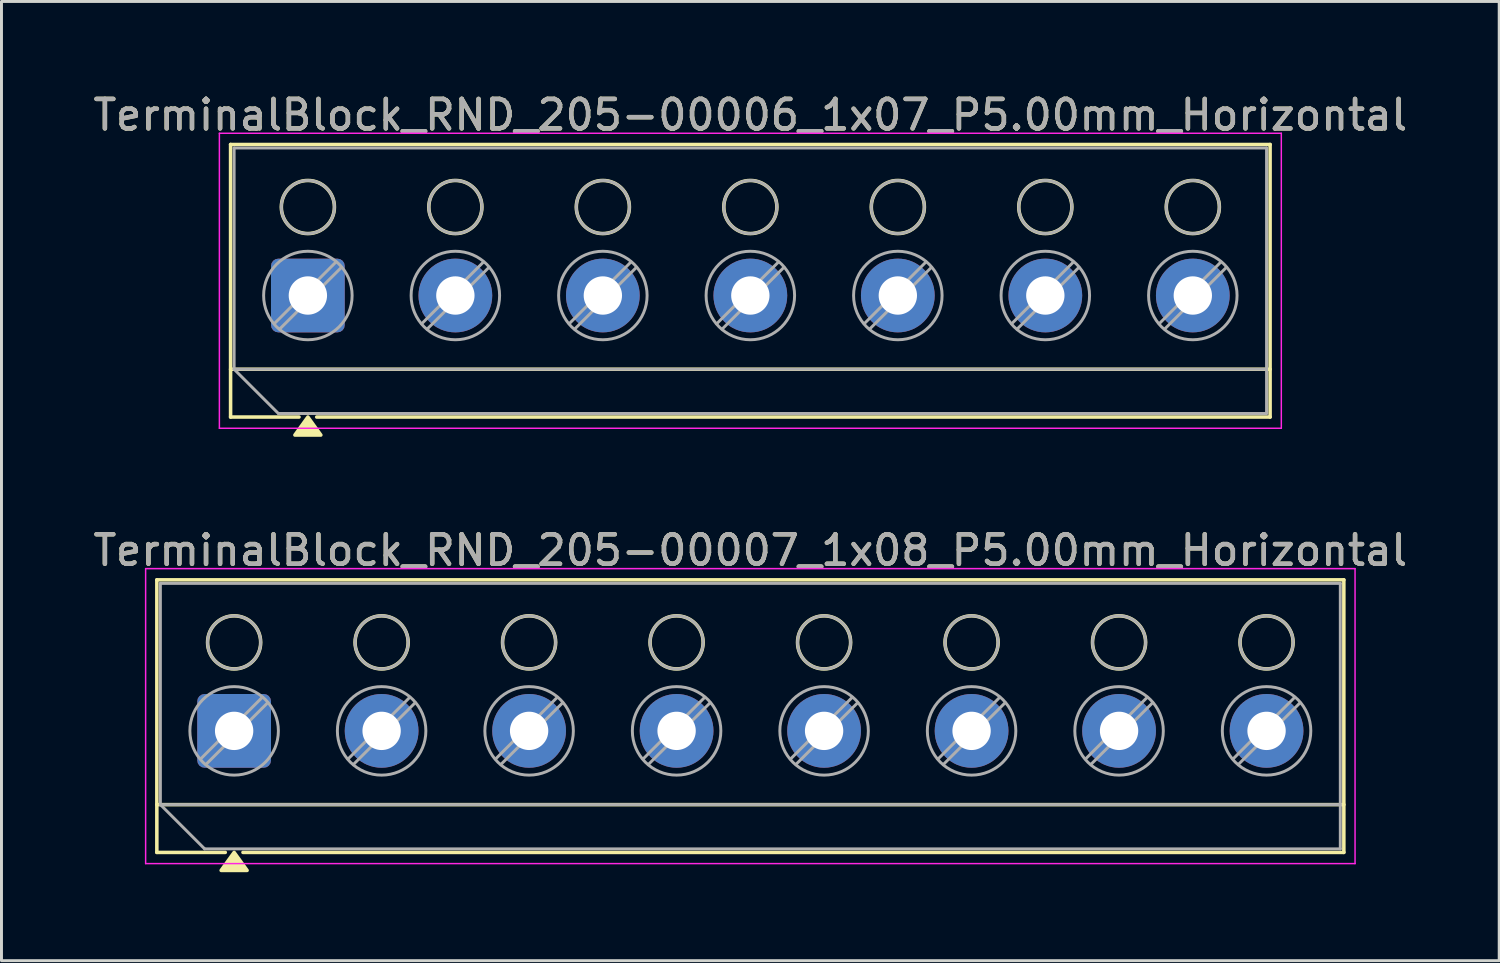
<source format=kicad_pcb>
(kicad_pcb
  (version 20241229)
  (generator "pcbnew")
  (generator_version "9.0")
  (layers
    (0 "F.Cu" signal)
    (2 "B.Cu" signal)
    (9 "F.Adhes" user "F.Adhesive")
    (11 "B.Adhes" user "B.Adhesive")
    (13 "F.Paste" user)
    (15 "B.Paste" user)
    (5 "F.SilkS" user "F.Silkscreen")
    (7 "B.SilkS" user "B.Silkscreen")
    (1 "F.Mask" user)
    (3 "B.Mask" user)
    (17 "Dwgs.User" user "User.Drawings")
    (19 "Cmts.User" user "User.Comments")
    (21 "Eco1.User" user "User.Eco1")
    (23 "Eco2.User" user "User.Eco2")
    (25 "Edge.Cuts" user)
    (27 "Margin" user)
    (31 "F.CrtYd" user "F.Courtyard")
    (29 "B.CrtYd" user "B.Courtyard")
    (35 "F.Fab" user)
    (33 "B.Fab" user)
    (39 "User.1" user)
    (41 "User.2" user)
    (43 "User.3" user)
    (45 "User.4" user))
  (footprint "TerminalBlock_RND_205-00007_1x08_P5.00mm_Horizontal"
    (layer "F.Cu")
    (at 4.887 21.727)
    (property "Reference" "TerminalBlock_RND_205-00007_1x08_P5.00mm_Horizontal" (at 17.5 -6.12 0) (layer "F.SilkS") (effects (font (size 1 1) (thickness 0.15))))
    (attr through_hole)
    (fp_line (start -2.62 -5.12) (end -2.62 4.12) (stroke (width 0.12) (type solid)) (layer "F.SilkS"))
    (fp_line (start -2.62 -5.12) (end 37.62 -5.12) (stroke (width 0.12) (type solid)) (layer "F.SilkS"))
    (fp_line (start -2.62 2.5) (end 37.62 2.5) (stroke (width 0.12) (type solid)) (layer "F.SilkS"))
    (fp_line (start -2.62 4.12) (end -0.3 4.12) (stroke (width 0.12) (type solid)) (layer "F.SilkS"))
    (fp_line (start 0.3 4.12) (end 37.62 4.12) (stroke (width 0.12) (type solid)) (layer "F.SilkS"))
    (fp_line (start 37.62 -5.12) (end 37.62 4.12) (stroke (width 0.12) (type solid)) (layer "F.SilkS"))
    (fp_circle (center 0 -3) (end 0.9 -3) (stroke (width 0.12) (type solid)) (fill no) (layer "F.SilkS"))
    (fp_circle (center 5 -3) (end 5.9 -3) (stroke (width 0.12) (type solid)) (fill no) (layer "F.SilkS"))
    (fp_circle (center 10 -3) (end 10.9 -3) (stroke (width 0.12) (type solid)) (fill no) (layer "F.SilkS"))
    (fp_circle (center 15 -3) (end 15.9 -3) (stroke (width 0.12) (type solid)) (fill no) (layer "F.SilkS"))
    (fp_circle (center 20 -3) (end 20.9 -3) (stroke (width 0.12) (type solid)) (fill no) (layer "F.SilkS"))
    (fp_circle (center 25 -3) (end 25.9 -3) (stroke (width 0.12) (type solid)) (fill no) (layer "F.SilkS"))
    (fp_circle (center 30 -3) (end 30.9 -3) (stroke (width 0.12) (type solid)) (fill no) (layer "F.SilkS"))
    (fp_circle (center 35 -3) (end 35.9 -3) (stroke (width 0.12) (type solid)) (fill no) (layer "F.SilkS"))
    (fp_poly (pts (xy 0 4.12) (xy 0.44 4.73) (xy -0.44 4.73)) (stroke (width 0.12) (type solid)) (fill yes) (layer "F.SilkS"))
    (fp_line (start -3 -5.5) (end -3 4.5) (stroke (width 0.05) (type solid)) (layer "F.CrtYd"))
    (fp_line (start -3 4.5) (end 38 4.5) (stroke (width 0.05) (type solid)) (layer "F.CrtYd"))
    (fp_line (start 38 -5.5) (end -3 -5.5) (stroke (width 0.05) (type solid)) (layer "F.CrtYd"))
    (fp_line (start 38 4.5) (end 38 -5.5) (stroke (width 0.05) (type solid)) (layer "F.CrtYd"))
    (fp_line (start -2.5 -5) (end 37.5 -5) (stroke (width 0.1) (type solid)) (layer "F.Fab"))
    (fp_line (start -2.5 2.5) (end -2.5 -5) (stroke (width 0.1) (type solid)) (layer "F.Fab"))
    (fp_line (start -2.5 2.5) (end 37.5 2.5) (stroke (width 0.1) (type solid)) (layer "F.Fab"))
    (fp_line (start -1 4) (end -2.5 2.5) (stroke (width 0.1) (type solid)) (layer "F.Fab"))
    (fp_line (start 0.955 -1.138) (end -1.138 0.954) (stroke (width 0.1) (type solid)) (layer "F.Fab"))
    (fp_line (start 1.138 -0.954) (end -0.955 1.137) (stroke (width 0.1) (type solid)) (layer "F.Fab"))
    (fp_line (start 5.955 -1.138) (end 3.862 0.954) (stroke (width 0.1) (type solid)) (layer "F.Fab"))
    (fp_line (start 6.138 -0.954) (end 4.045 1.137) (stroke (width 0.1) (type solid)) (layer "F.Fab"))
    (fp_line (start 10.955 -1.138) (end 8.862 0.954) (stroke (width 0.1) (type solid)) (layer "F.Fab"))
    (fp_line (start 11.138 -0.954) (end 9.045 1.137) (stroke (width 0.1) (type solid)) (layer "F.Fab"))
    (fp_line (start 15.955 -1.138) (end 13.862 0.954) (stroke (width 0.1) (type solid)) (layer "F.Fab"))
    (fp_line (start 16.138 -0.954) (end 14.045 1.137) (stroke (width 0.1) (type solid)) (layer "F.Fab"))
    (fp_line (start 20.955 -1.138) (end 18.862 0.954) (stroke (width 0.1) (type solid)) (layer "F.Fab"))
    (fp_line (start 21.138 -0.954) (end 19.045 1.137) (stroke (width 0.1) (type solid)) (layer "F.Fab"))
    (fp_line (start 25.955 -1.138) (end 23.862 0.954) (stroke (width 0.1) (type solid)) (layer "F.Fab"))
    (fp_line (start 26.138 -0.954) (end 24.045 1.137) (stroke (width 0.1) (type solid)) (layer "F.Fab"))
    (fp_line (start 30.955 -1.138) (end 28.862 0.954) (stroke (width 0.1) (type solid)) (layer "F.Fab"))
    (fp_line (start 31.138 -0.954) (end 29.045 1.137) (stroke (width 0.1) (type solid)) (layer "F.Fab"))
    (fp_line (start 35.955 -1.138) (end 33.862 0.954) (stroke (width 0.1) (type solid)) (layer "F.Fab"))
    (fp_line (start 36.138 -0.954) (end 34.045 1.137) (stroke (width 0.1) (type solid)) (layer "F.Fab"))
    (fp_line (start 37.5 -5) (end 37.5 4) (stroke (width 0.1) (type solid)) (layer "F.Fab"))
    (fp_line (start 37.5 4) (end -1 4) (stroke (width 0.1) (type solid)) (layer "F.Fab"))
    (fp_circle (center 0 -3) (end 0.9 -3) (stroke (width 0.1) (type solid)) (fill no) (layer "F.Fab"))
    (fp_circle (center 0 0) (end 1.5 0) (stroke (width 0.1) (type solid)) (fill no) (layer "F.Fab"))
    (fp_circle (center 5 -3) (end 5.9 -3) (stroke (width 0.1) (type solid)) (fill no) (layer "F.Fab"))
    (fp_circle (center 5 0) (end 6.5 0) (stroke (width 0.1) (type solid)) (fill no) (layer "F.Fab"))
    (fp_circle (center 10 -3) (end 10.9 -3) (stroke (width 0.1) (type solid)) (fill no) (layer "F.Fab"))
    (fp_circle (center 10 0) (end 11.5 0) (stroke (width 0.1) (type solid)) (fill no) (layer "F.Fab"))
    (fp_circle (center 15 -3) (end 15.9 -3) (stroke (width 0.1) (type solid)) (fill no) (layer "F.Fab"))
    (fp_circle (center 15 0) (end 16.5 0) (stroke (width 0.1) (type solid)) (fill no) (layer "F.Fab"))
    (fp_circle (center 20 -3) (end 20.9 -3) (stroke (width 0.1) (type solid)) (fill no) (layer "F.Fab"))
    (fp_circle (center 20 0) (end 21.5 0) (stroke (width 0.1) (type solid)) (fill no) (layer "F.Fab"))
    (fp_circle (center 25 -3) (end 25.9 -3) (stroke (width 0.1) (type solid)) (fill no) (layer "F.Fab"))
    (fp_circle (center 25 0) (end 26.5 0) (stroke (width 0.1) (type solid)) (fill no) (layer "F.Fab"))
    (fp_circle (center 30 -3) (end 30.9 -3) (stroke (width 0.1) (type solid)) (fill no) (layer "F.Fab"))
    (fp_circle (center 30 0) (end 31.5 0) (stroke (width 0.1) (type solid)) (fill no) (layer "F.Fab"))
    (fp_circle (center 35 -3) (end 35.9 -3) (stroke (width 0.1) (type solid)) (fill no) (layer "F.Fab"))
    (fp_circle (center 35 0) (end 36.5 0) (stroke (width 0.1) (type solid)) (fill no) (layer "F.Fab"))
    (fp_text user "${REFERENCE}" (at 17.5 -6.12 0) (layer "F.Fab") (effects (font (size 1 1) (thickness 0.15))))
    (pad "1" thru_hole roundrect (at 0 0) (size 2.5 2.5) (drill 1.3) (layers "*.Cu" "*.Mask") (roundrect_rratio 0.1))
    (pad "2" thru_hole circle (at 5 0) (size 2.5 2.5) (drill 1.3) (layers "*.Cu" "*.Mask"))
    (pad "3" thru_hole circle (at 10 0) (size 2.5 2.5) (drill 1.3) (layers "*.Cu" "*.Mask"))
    (pad "4" thru_hole circle (at 15 0) (size 2.5 2.5) (drill 1.3) (layers "*.Cu" "*.Mask"))
    (pad "5" thru_hole circle (at 20 0) (size 2.5 2.5) (drill 1.3) (layers "*.Cu" "*.Mask"))
    (pad "6" thru_hole circle (at 25 0) (size 2.5 2.5) (drill 1.3) (layers "*.Cu" "*.Mask"))
    (pad "7" thru_hole circle (at 30 0) (size 2.5 2.5) (drill 1.3) (layers "*.Cu" "*.Mask"))
    (pad "8" thru_hole circle (at 35 0) (size 2.5 2.5) (drill 1.3) (layers "*.Cu" "*.Mask")))
  (footprint "TerminalBlock_RND_205-00006_1x07_P5.00mm_Horizontal"
    (layer "F.Cu")
    (at 7.387 6.968)
    (property "Reference" "TerminalBlock_RND_205-00006_1x07_P5.00mm_Horizontal" (at 15 -6.12 0) (layer "F.SilkS") (effects (font (size 1 1) (thickness 0.15))))
    (attr through_hole)
    (fp_line (start -2.62 -5.12) (end -2.62 4.12) (stroke (width 0.12) (type solid)) (layer "F.SilkS"))
    (fp_line (start -2.62 -5.12) (end 32.62 -5.12) (stroke (width 0.12) (type solid)) (layer "F.SilkS"))
    (fp_line (start -2.62 2.5) (end 32.62 2.5) (stroke (width 0.12) (type solid)) (layer "F.SilkS"))
    (fp_line (start -2.62 4.12) (end -0.3 4.12) (stroke (width 0.12) (type solid)) (layer "F.SilkS"))
    (fp_line (start 0.3 4.12) (end 32.62 4.12) (stroke (width 0.12) (type solid)) (layer "F.SilkS"))
    (fp_line (start 32.62 -5.12) (end 32.62 4.12) (stroke (width 0.12) (type solid)) (layer "F.SilkS"))
    (fp_circle (center 0 -3) (end 0.9 -3) (stroke (width 0.12) (type solid)) (fill no) (layer "F.SilkS"))
    (fp_circle (center 5 -3) (end 5.9 -3) (stroke (width 0.12) (type solid)) (fill no) (layer "F.SilkS"))
    (fp_circle (center 10 -3) (end 10.9 -3) (stroke (width 0.12) (type solid)) (fill no) (layer "F.SilkS"))
    (fp_circle (center 15 -3) (end 15.9 -3) (stroke (width 0.12) (type solid)) (fill no) (layer "F.SilkS"))
    (fp_circle (center 20 -3) (end 20.9 -3) (stroke (width 0.12) (type solid)) (fill no) (layer "F.SilkS"))
    (fp_circle (center 25 -3) (end 25.9 -3) (stroke (width 0.12) (type solid)) (fill no) (layer "F.SilkS"))
    (fp_circle (center 30 -3) (end 30.9 -3) (stroke (width 0.12) (type solid)) (fill no) (layer "F.SilkS"))
    (fp_poly (pts (xy 0 4.12) (xy 0.44 4.73) (xy -0.44 4.73)) (stroke (width 0.12) (type solid)) (fill yes) (layer "F.SilkS"))
    (fp_line (start -3 -5.5) (end -3 4.5) (stroke (width 0.05) (type solid)) (layer "F.CrtYd"))
    (fp_line (start -3 4.5) (end 33 4.5) (stroke (width 0.05) (type solid)) (layer "F.CrtYd"))
    (fp_line (start 33 -5.5) (end -3 -5.5) (stroke (width 0.05) (type solid)) (layer "F.CrtYd"))
    (fp_line (start 33 4.5) (end 33 -5.5) (stroke (width 0.05) (type solid)) (layer "F.CrtYd"))
    (fp_line (start -2.5 -5) (end 32.5 -5) (stroke (width 0.1) (type solid)) (layer "F.Fab"))
    (fp_line (start -2.5 2.5) (end -2.5 -5) (stroke (width 0.1) (type solid)) (layer "F.Fab"))
    (fp_line (start -2.5 2.5) (end 32.5 2.5) (stroke (width 0.1) (type solid)) (layer "F.Fab"))
    (fp_line (start -1 4) (end -2.5 2.5) (stroke (width 0.1) (type solid)) (layer "F.Fab"))
    (fp_line (start 0.955 -1.138) (end -1.138 0.954) (stroke (width 0.1) (type solid)) (layer "F.Fab"))
    (fp_line (start 1.138 -0.954) (end -0.955 1.137) (stroke (width 0.1) (type solid)) (layer "F.Fab"))
    (fp_line (start 5.955 -1.138) (end 3.862 0.954) (stroke (width 0.1) (type solid)) (layer "F.Fab"))
    (fp_line (start 6.138 -0.954) (end 4.045 1.137) (stroke (width 0.1) (type solid)) (layer "F.Fab"))
    (fp_line (start 10.955 -1.138) (end 8.862 0.954) (stroke (width 0.1) (type solid)) (layer "F.Fab"))
    (fp_line (start 11.138 -0.954) (end 9.045 1.137) (stroke (width 0.1) (type solid)) (layer "F.Fab"))
    (fp_line (start 15.955 -1.138) (end 13.862 0.954) (stroke (width 0.1) (type solid)) (layer "F.Fab"))
    (fp_line (start 16.138 -0.954) (end 14.045 1.137) (stroke (width 0.1) (type solid)) (layer "F.Fab"))
    (fp_line (start 20.955 -1.138) (end 18.862 0.954) (stroke (width 0.1) (type solid)) (layer "F.Fab"))
    (fp_line (start 21.138 -0.954) (end 19.045 1.137) (stroke (width 0.1) (type solid)) (layer "F.Fab"))
    (fp_line (start 25.955 -1.138) (end 23.862 0.954) (stroke (width 0.1) (type solid)) (layer "F.Fab"))
    (fp_line (start 26.138 -0.954) (end 24.045 1.137) (stroke (width 0.1) (type solid)) (layer "F.Fab"))
    (fp_line (start 30.955 -1.138) (end 28.862 0.954) (stroke (width 0.1) (type solid)) (layer "F.Fab"))
    (fp_line (start 31.138 -0.954) (end 29.045 1.137) (stroke (width 0.1) (type solid)) (layer "F.Fab"))
    (fp_line (start 32.5 -5) (end 32.5 4) (stroke (width 0.1) (type solid)) (layer "F.Fab"))
    (fp_line (start 32.5 4) (end -1 4) (stroke (width 0.1) (type solid)) (layer "F.Fab"))
    (fp_circle (center 0 -3) (end 0.9 -3) (stroke (width 0.1) (type solid)) (fill no) (layer "F.Fab"))
    (fp_circle (center 0 0) (end 1.5 0) (stroke (width 0.1) (type solid)) (fill no) (layer "F.Fab"))
    (fp_circle (center 5 -3) (end 5.9 -3) (stroke (width 0.1) (type solid)) (fill no) (layer "F.Fab"))
    (fp_circle (center 5 0) (end 6.5 0) (stroke (width 0.1) (type solid)) (fill no) (layer "F.Fab"))
    (fp_circle (center 10 -3) (end 10.9 -3) (stroke (width 0.1) (type solid)) (fill no) (layer "F.Fab"))
    (fp_circle (center 10 0) (end 11.5 0) (stroke (width 0.1) (type solid)) (fill no) (layer "F.Fab"))
    (fp_circle (center 15 -3) (end 15.9 -3) (stroke (width 0.1) (type solid)) (fill no) (layer "F.Fab"))
    (fp_circle (center 15 0) (end 16.5 0) (stroke (width 0.1) (type solid)) (fill no) (layer "F.Fab"))
    (fp_circle (center 20 -3) (end 20.9 -3) (stroke (width 0.1) (type solid)) (fill no) (layer "F.Fab"))
    (fp_circle (center 20 0) (end 21.5 0) (stroke (width 0.1) (type solid)) (fill no) (layer "F.Fab"))
    (fp_circle (center 25 -3) (end 25.9 -3) (stroke (width 0.1) (type solid)) (fill no) (layer "F.Fab"))
    (fp_circle (center 25 0) (end 26.5 0) (stroke (width 0.1) (type solid)) (fill no) (layer "F.Fab"))
    (fp_circle (center 30 -3) (end 30.9 -3) (stroke (width 0.1) (type solid)) (fill no) (layer "F.Fab"))
    (fp_circle (center 30 0) (end 31.5 0) (stroke (width 0.1) (type solid)) (fill no) (layer "F.Fab"))
    (fp_text user "${REFERENCE}" (at 15 -6.12 0) (layer "F.Fab") (effects (font (size 1 1) (thickness 0.15))))
    (pad "1" thru_hole roundrect (at 0 0) (size 2.5 2.5) (drill 1.3) (layers "*.Cu" "*.Mask") (roundrect_rratio 0.1))
    (pad "2" thru_hole circle (at 5 0) (size 2.5 2.5) (drill 1.3) (layers "*.Cu" "*.Mask"))
    (pad "3" thru_hole circle (at 10 0) (size 2.5 2.5) (drill 1.3) (layers "*.Cu" "*.Mask"))
    (pad "4" thru_hole circle (at 15 0) (size 2.5 2.5) (drill 1.3) (layers "*.Cu" "*.Mask"))
    (pad "5" thru_hole circle (at 20 0) (size 2.5 2.5) (drill 1.3) (layers "*.Cu" "*.Mask"))
    (pad "6" thru_hole circle (at 25 0) (size 2.5 2.5) (drill 1.3) (layers "*.Cu" "*.Mask"))
    (pad "7" thru_hole circle (at 30 0) (size 2.5 2.5) (drill 1.3) (layers "*.Cu" "*.Mask")))
  (gr_rect
    (start -3 -3)
    (end 47.774 29.517)
    (stroke (width 0.1) (type default))
    (fill no)
    (layer "Edge.Cuts")))
</source>
